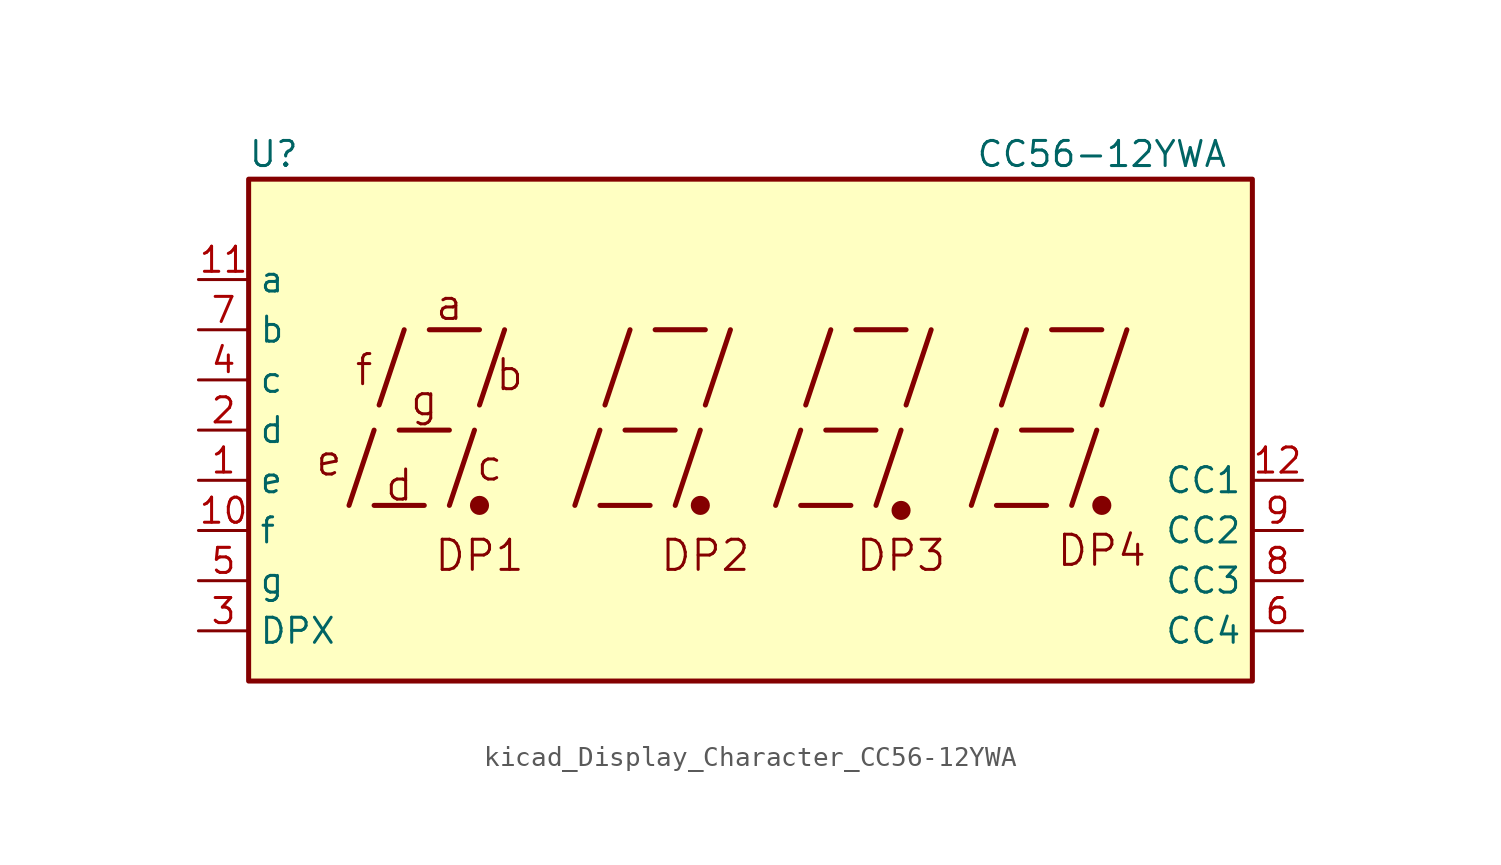
<source format=kicad_sym>
(kicad_symbol_lib
  (version 20220914)
  (generator kicad_symbol_editor)
  (symbol "kicad_Display_Character_CC56-12YWA"
    (property "Reference" "U"
      (at -24.13 13.97 0)
      (effects (font (size 1.27 1.27))))
    (property "Value" "CC56-12YWA"
      (at 17.78 13.97 0)
      (effects (font (size 1.27 1.27))))
    (symbol "kicad_Display_Character_CC56-12YWA_0_0"
      (rectangle (start -25.4 12.7) (end 25.4 -12.7) (stroke (width 0.254) (type default)) (fill (type background)))
      (polyline (pts (xy -20.32 -3.81) (xy -19.05 0)) (stroke (width 0.254) (type default)) (fill (type none)))
      (polyline (pts (xy -19.05 -3.81) (xy -16.51 -3.81)) (stroke (width 0.254) (type default)) (fill (type none)))
      (polyline (pts (xy -18.796 1.27) (xy -17.526 5.08)) (stroke (width 0.254) (type default)) (fill (type none)))
      (polyline (pts (xy -17.78 0) (xy -15.24 0)) (stroke (width 0.254) (type default)) (fill (type none)))
      (polyline (pts (xy -16.256 5.08) (xy -13.716 5.08)) (stroke (width 0.254) (type default)) (fill (type none)))
      (polyline (pts (xy -15.24 -3.81) (xy -13.97 0)) (stroke (width 0.254) (type default)) (fill (type none)))
      (polyline (pts (xy -13.716 1.27) (xy -12.446 5.08)) (stroke (width 0.254) (type default)) (fill (type none)))
      (polyline (pts (xy -8.89 -3.81) (xy -7.62 0)) (stroke (width 0.254) (type default)) (fill (type none)))
      (polyline (pts (xy -7.62 -3.81) (xy -5.08 -3.81)) (stroke (width 0.254) (type default)) (fill (type none)))
      (polyline (pts (xy -7.366 1.27) (xy -6.096 5.08)) (stroke (width 0.254) (type default)) (fill (type none)))
      (polyline (pts (xy -6.35 0) (xy -3.81 0)) (stroke (width 0.254) (type default)) (fill (type none)))
      (polyline (pts (xy -4.826 5.08) (xy -2.286 5.08)) (stroke (width 0.254) (type default)) (fill (type none)))
      (polyline (pts (xy -3.81 -3.81) (xy -2.54 0)) (stroke (width 0.254) (type default)) (fill (type none)))
      (polyline (pts (xy -2.286 1.27) (xy -1.016 5.08)) (stroke (width 0.254) (type default)) (fill (type none)))
      (polyline (pts (xy 1.27 -3.81) (xy 2.54 0)) (stroke (width 0.254) (type default)) (fill (type none)))
      (polyline (pts (xy 2.54 -3.81) (xy 5.08 -3.81)) (stroke (width 0.254) (type default)) (fill (type none)))
      (polyline (pts (xy 2.794 1.27) (xy 4.064 5.08)) (stroke (width 0.254) (type default)) (fill (type none)))
      (polyline (pts (xy 3.81 0) (xy 6.35 0)) (stroke (width 0.254) (type default)) (fill (type none)))
      (polyline (pts (xy 5.334 5.08) (xy 7.874 5.08)) (stroke (width 0.254) (type default)) (fill (type none)))
      (polyline (pts (xy 6.35 -3.81) (xy 7.62 0)) (stroke (width 0.254) (type default)) (fill (type none)))
      (polyline (pts (xy 7.874 1.27) (xy 9.144 5.08)) (stroke (width 0.254) (type default)) (fill (type none)))
      (polyline (pts (xy 11.176 -3.81) (xy 12.446 0)) (stroke (width 0.254) (type default)) (fill (type none)))
      (polyline (pts (xy 12.446 -3.81) (xy 14.986 -3.81)) (stroke (width 0.254) (type default)) (fill (type none)))
      (polyline (pts (xy 12.7 1.27) (xy 13.97 5.08)) (stroke (width 0.254) (type default)) (fill (type none)))
      (polyline (pts (xy 13.716 0) (xy 16.256 0)) (stroke (width 0.254) (type default)) (fill (type none)))
      (polyline (pts (xy 15.24 5.08) (xy 17.78 5.08)) (stroke (width 0.254) (type default)) (fill (type none)))
      (polyline (pts (xy 16.256 -3.81) (xy 17.526 0)) (stroke (width 0.254) (type default)) (fill (type none)))
      (polyline (pts (xy 17.78 1.27) (xy 19.05 5.08)) (stroke (width 0.254) (type default)) (fill (type none)))
      (text "a" (at -15.24 6.35 0) (effects (font (size 1.524 1.524))))
      (text "b" (at -12.192 2.794 0) (effects (font (size 1.524 1.524))))
      (text "c" (at -13.208 -1.778 0) (effects (font (size 1.524 1.524))))
      (text "d" (at -17.78 -2.794 0) (effects (font (size 1.524 1.524))))
      (text "DP1" (at -13.716 -6.35 0) (effects (font (size 1.524 1.524))))
      (text "DP2" (at -2.286 -6.35 0) (effects (font (size 1.524 1.524))))
      (text "DP3" (at 7.62 -6.35 0) (effects (font (size 1.524 1.524))))
      (text "DP4" (at 17.78 -6.096 0) (effects (font (size 1.524 1.524))))
      (text "e" (at -21.336 -1.524 0) (effects (font (size 1.524 1.524))))
      (text "f" (at -19.558 3.048 0) (effects (font (size 1.524 1.524))))
      (text "g" (at -16.51 1.524 0) (effects (font (size 1.524 1.524)))))
    (symbol "kicad_Display_Character_CC56-12YWA_0_1"
      (circle (center -13.716 -3.81) (radius 0.356) (stroke (width 0.254) (type default)) (fill (type outline)))
      (circle (center -2.54 -3.81) (radius 0.356) (stroke (width 0.254) (type default)) (fill (type outline))))
    (symbol "kicad_Display_Character_CC56-12YWA_1_0"
      (circle (center 7.62 -4.064) (radius 0.356) (stroke (width 0.254) (type default)) (fill (type outline)))
      (circle (center 17.78 -3.81) (radius 0.356) (stroke (width 0.254) (type default)) (fill (type outline))))
    (symbol "kicad_Display_Character_CC56-12YWA_1_1"
      (pin input line (at -27.94 -2.54 0) (length 2.54) (name "e" (effects (font (size 1.27 1.27)))) (number "1" (effects (font (size 1.27 1.27)))))
      (pin input line (at -27.94 -5.08 0) (length 2.54) (name "f" (effects (font (size 1.27 1.27)))) (number "10" (effects (font (size 1.27 1.27)))))
      (pin input line (at -27.94 7.62 0) (length 2.54) (name "a" (effects (font (size 1.27 1.27)))) (number "11" (effects (font (size 1.27 1.27)))))
      (pin input line (at 27.94 -2.54 180) (length 2.54) (name "CC1" (effects (font (size 1.27 1.27)))) (number "12" (effects (font (size 1.27 1.27)))))
      (pin input line (at -27.94 0 0) (length 2.54) (name "d" (effects (font (size 1.27 1.27)))) (number "2" (effects (font (size 1.27 1.27)))))
      (pin input line (at -27.94 -10.16 0) (length 2.54) (name "DPX" (effects (font (size 1.27 1.27)))) (number "3" (effects (font (size 1.27 1.27)))))
      (pin input line (at -27.94 2.54 0) (length 2.54) (name "c" (effects (font (size 1.27 1.27)))) (number "4" (effects (font (size 1.27 1.27)))))
      (pin input line (at -27.94 -7.62 0) (length 2.54) (name "g" (effects (font (size 1.27 1.27)))) (number "5" (effects (font (size 1.27 1.27)))))
      (pin input line (at 27.94 -10.16 180) (length 2.54) (name "CC4" (effects (font (size 1.27 1.27)))) (number "6" (effects (font (size 1.27 1.27)))))
      (pin input line (at -27.94 5.08 0) (length 2.54) (name "b" (effects (font (size 1.27 1.27)))) (number "7" (effects (font (size 1.27 1.27)))))
      (pin input line (at 27.94 -7.62 180) (length 2.54) (name "CC3" (effects (font (size 1.27 1.27)))) (number "8" (effects (font (size 1.27 1.27)))))
      (pin input line (at 27.94 -5.08 180) (length 2.54) (name "CC2" (effects (font (size 1.27 1.27)))) (number "9" (effects (font (size 1.27 1.27))))))))
</source>
